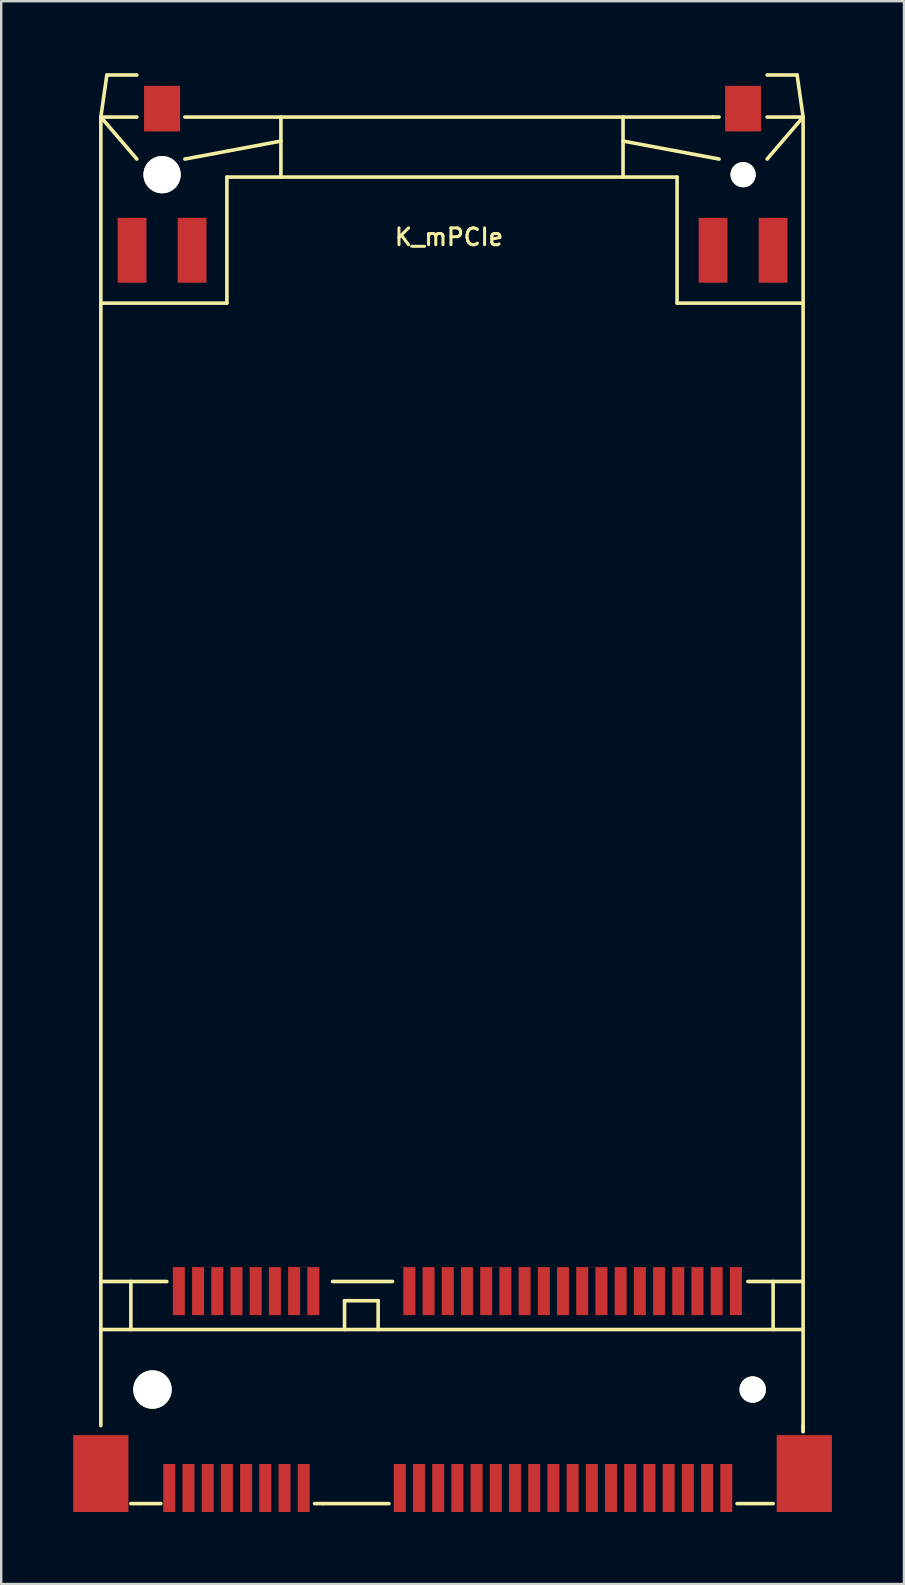
<source format=kicad_pcb>
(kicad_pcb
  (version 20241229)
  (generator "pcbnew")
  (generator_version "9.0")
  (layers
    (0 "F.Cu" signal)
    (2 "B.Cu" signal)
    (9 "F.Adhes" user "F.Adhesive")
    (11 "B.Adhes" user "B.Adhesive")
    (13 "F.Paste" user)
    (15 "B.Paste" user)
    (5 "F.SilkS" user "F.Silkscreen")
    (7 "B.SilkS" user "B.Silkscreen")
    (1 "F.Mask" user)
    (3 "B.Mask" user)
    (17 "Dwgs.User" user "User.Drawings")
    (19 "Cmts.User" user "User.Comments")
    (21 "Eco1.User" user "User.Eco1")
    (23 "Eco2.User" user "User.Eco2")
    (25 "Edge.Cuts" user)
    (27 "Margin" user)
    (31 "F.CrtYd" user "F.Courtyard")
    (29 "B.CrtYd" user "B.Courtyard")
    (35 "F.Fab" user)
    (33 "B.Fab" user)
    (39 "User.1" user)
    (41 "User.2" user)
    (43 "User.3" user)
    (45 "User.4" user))
  (footprint "K_mPCIe"
    (layer "F.Cu")
    (at 15.8 54.825)
    (property "Reference" "K_mPCIe" (at -0.15 -48 0) (layer "F.SilkS") (effects (font (size 0.7 0.7) (thickness 0.127))))
    (attr smd)
    (fp_line (start -14.65 -53) (end -13.15 -53) (stroke (width 0.15) (type solid)) (layer "F.SilkS"))
    (fp_line (start -14.65 -45.25) (end -9.4 -45.25) (stroke (width 0.15) (type solid)) (layer "F.SilkS"))
    (fp_line (start -14.65 -4.5) (end -11.9 -4.5) (stroke (width 0.15) (type solid)) (layer "F.SilkS"))
    (fp_line (start -14.65 -2.5) (end 14.6 -2.5) (stroke (width 0.15) (type solid)) (layer "F.SilkS"))
    (fp_line (start -14.65 1.5) (end -14.65 -53) (stroke (width 0.15) (type solid)) (layer "F.SilkS"))
    (fp_line (start -14.4 -54.75) (end -14.65 -53) (stroke (width 0.15) (type solid)) (layer "F.SilkS"))
    (fp_line (start -14.4 -54.75) (end -13.15 -54.75) (stroke (width 0.15) (type solid)) (layer "F.SilkS"))
    (fp_line (start -13.4 -4.5) (end -13.4 -2.5) (stroke (width 0.15) (type solid)) (layer "F.SilkS"))
    (fp_line (start -13.4 4.75) (end -12.15 4.75) (stroke (width 0.15) (type solid)) (layer "F.SilkS"))
    (fp_line (start -13.15 -51.25) (end -14.65 -53) (stroke (width 0.15) (type solid)) (layer "F.SilkS"))
    (fp_line (start -11.15 -53) (end 10.85 -53) (stroke (width 0.15) (type solid)) (layer "F.SilkS"))
    (fp_line (start -9.4 -50.5) (end 9.35 -50.5) (stroke (width 0.15) (type solid)) (layer "F.SilkS"))
    (fp_line (start -9.4 -45.25) (end -9.4 -50.5) (stroke (width 0.15) (type solid)) (layer "F.SilkS"))
    (fp_line (start -7.15 -52) (end -11.15 -51.25) (stroke (width 0.15) (type solid)) (layer "F.SilkS"))
    (fp_line (start -7.15 -50.5) (end -7.15 -53) (stroke (width 0.15) (type solid)) (layer "F.SilkS"))
    (fp_line (start -5.4 4.75) (end -5.75 4.75) (stroke (width 0.15) (type solid)) (layer "F.SilkS"))
    (fp_line (start -5.4 4.75) (end -2.65 4.75) (stroke (width 0.15) (type solid)) (layer "F.SilkS"))
    (fp_line (start -5 -4.5) (end -2.5 -4.5) (stroke (width 0.15) (type solid)) (layer "F.SilkS"))
    (fp_line (start -4.5 -3.7) (end -3.1 -3.7) (stroke (width 0.15) (type solid)) (layer "F.SilkS"))
    (fp_line (start -4.5 -2.5) (end -4.5 -3.7) (stroke (width 0.15) (type solid)) (layer "F.SilkS"))
    (fp_line (start -3.1 -3.7) (end -3.1 -2.5) (stroke (width 0.15) (type solid)) (layer "F.SilkS"))
    (fp_line (start 7.1 -52) (end 11.1 -51.25) (stroke (width 0.15) (type solid)) (layer "F.SilkS"))
    (fp_line (start 7.1 -50.5) (end 7.1 -53) (stroke (width 0.15) (type solid)) (layer "F.SilkS"))
    (fp_line (start 9.35 -50.5) (end 9.35 -45.25) (stroke (width 0.15) (type solid)) (layer "F.SilkS"))
    (fp_line (start 9.35 -45.25) (end 14.6 -45.25) (stroke (width 0.15) (type solid)) (layer "F.SilkS"))
    (fp_line (start 10.85 -53) (end 11.1 -53) (stroke (width 0.15) (type solid)) (layer "F.SilkS"))
    (fp_line (start 11.85 4.75) (end 13.35 4.75) (stroke (width 0.15) (type solid)) (layer "F.SilkS"))
    (fp_line (start 13.1 -51.25) (end 14.6 -53) (stroke (width 0.15) (type solid)) (layer "F.SilkS"))
    (fp_line (start 13.35 -4.5) (end 13.35 -2.5) (stroke (width 0.15) (type solid)) (layer "F.SilkS"))
    (fp_line (start 14.35 -54.75) (end 13.1 -54.75) (stroke (width 0.15) (type solid)) (layer "F.SilkS"))
    (fp_line (start 14.6 -53) (end 13.1 -53) (stroke (width 0.15) (type solid)) (layer "F.SilkS"))
    (fp_line (start 14.6 -53) (end 14.35 -54.75) (stroke (width 0.15) (type solid)) (layer "F.SilkS"))
    (fp_line (start 14.6 -4.5) (end 12.3 -4.5) (stroke (width 0.15) (type solid)) (layer "F.SilkS"))
    (fp_line (start 14.6 1.5) (end 14.6 1.75) (stroke (width 0.15) (type solid)) (layer "F.SilkS"))
    (fp_line (start 14.6 1.75) (end 14.6 -53) (stroke (width 0.15) (type solid)) (layer "F.SilkS"))
    (pad "" smd rect (at -14.65 3.5) (size 2.3 3.2) (layers "F.Cu" "F.Mask" "F.Paste"))
    (pad "" smd rect (at -13.35 -47.45) (size 1.2 2.7) (layers "F.Cu" "F.Mask" "F.Paste"))
    (pad "" np_thru_hole circle (at -12.5 0) (size 1.6 1.6) (drill 1.6) (layers "*.Cu" "*.Mask" "F.SilkS"))
    (pad "" smd rect (at -12.1 -53.35) (size 1.5 1.9) (layers "F.Cu" "F.Mask" "F.Paste"))
    (pad "" np_thru_hole circle (at -12.1 -50.6) (size 1.55 1.55) (drill 1.55) (layers "*.Cu" "*.Mask" "F.SilkS"))
    (pad "" smd rect (at -10.85 -47.45) (size 1.2 2.7) (layers "F.Cu" "F.Mask" "F.Paste"))
    (pad "" smd rect (at 10.85 -47.45) (size 1.2 2.7) (layers "F.Cu" "F.Mask" "F.Paste"))
    (pad "" smd rect (at 12.1 -53.35) (size 1.5 1.9) (layers "F.Cu" "F.Mask" "F.Paste"))
    (pad "" np_thru_hole circle (at 12.1 -50.6) (size 1.05 1.05) (drill 1.05) (layers "*.Cu" "*.Mask" "F.SilkS"))
    (pad "" np_thru_hole circle (at 12.5 0) (size 1.1 1.1) (drill 1.1) (layers "*.Cu" "*.Mask" "F.SilkS"))
    (pad "" smd rect (at 13.35 -47.45) (size 1.2 2.7) (layers "F.Cu" "F.Mask" "F.Paste"))
    (pad "" smd rect (at 14.65 3.5) (size 2.3 3.2) (layers "F.Cu" "F.Mask" "F.Paste"))
    (pad "1" smd rect (at -11.8 4.1) (size 0.5 2) (layers "F.Cu" "F.Mask" "F.Paste"))
    (pad "2" smd rect (at -11.4 -4.1) (size 0.5 2) (layers "F.Cu" "F.Mask" "F.Paste"))
    (pad "3" smd rect (at -11 4.1) (size 0.5 2) (layers "F.Cu" "F.Mask" "F.Paste"))
    (pad "4" smd rect (at -10.6 -4.1) (size 0.5 2) (layers "F.Cu" "F.Mask" "F.Paste"))
    (pad "5" smd rect (at -10.2 4.1) (size 0.5 2) (layers "F.Cu" "F.Mask" "F.Paste"))
    (pad "6" smd rect (at -9.8 -4.1) (size 0.5 2) (layers "F.Cu" "F.Mask" "F.Paste"))
    (pad "7" smd rect (at -9.4 4.1) (size 0.5 2) (layers "F.Cu" "F.Mask" "F.Paste"))
    (pad "8" smd rect (at -9 -4.1) (size 0.5 2) (layers "F.Cu" "F.Mask" "F.Paste"))
    (pad "9" smd rect (at -8.6 4.1) (size 0.5 2) (layers "F.Cu" "F.Mask" "F.Paste"))
    (pad "10" smd rect (at -8.2 -4.1) (size 0.5 2) (layers "F.Cu" "F.Mask" "F.Paste"))
    (pad "11" smd rect (at -7.8 4.1) (size 0.5 2) (layers "F.Cu" "F.Mask" "F.Paste"))
    (pad "12" smd rect (at -7.4 -4.1) (size 0.5 2) (layers "F.Cu" "F.Mask" "F.Paste"))
    (pad "13" smd rect (at -7 4.1) (size 0.5 2) (layers "F.Cu" "F.Mask" "F.Paste"))
    (pad "14" smd rect (at -6.6 -4.1) (size 0.5 2) (layers "F.Cu" "F.Mask" "F.Paste"))
    (pad "15" smd rect (at -6.2 4.1) (size 0.5 2) (layers "F.Cu" "F.Mask" "F.Paste"))
    (pad "16" smd rect (at -5.8 -4.1) (size 0.5 2) (layers "F.Cu" "F.Mask" "F.Paste"))
    (pad "17" smd rect (at -2.2 4.1) (size 0.5 2) (layers "F.Cu" "F.Mask" "F.Paste"))
    (pad "18" smd rect (at -1.8 -4.1) (size 0.5 2) (layers "F.Cu" "F.Mask" "F.Paste"))
    (pad "19" smd rect (at -1.4 4.1) (size 0.5 2) (layers "F.Cu" "F.Mask" "F.Paste"))
    (pad "20" smd rect (at -1 -4.1) (size 0.5 2) (layers "F.Cu" "F.Mask" "F.Paste"))
    (pad "21" smd rect (at -0.6 4.1) (size 0.5 2) (layers "F.Cu" "F.Mask" "F.Paste"))
    (pad "22" smd rect (at -0.2 -4.1) (size 0.5 2) (layers "F.Cu" "F.Mask" "F.Paste"))
    (pad "23" smd rect (at 0.2 4.1) (size 0.5 2) (layers "F.Cu" "F.Mask" "F.Paste"))
    (pad "24" smd rect (at 0.6 -4.1) (size 0.5 2) (layers "F.Cu" "F.Mask" "F.Paste"))
    (pad "25" smd rect (at 1 4.1) (size 0.5 2) (layers "F.Cu" "F.Mask" "F.Paste"))
    (pad "26" smd rect (at 1.4 -4.1) (size 0.5 2) (layers "F.Cu" "F.Mask" "F.Paste"))
    (pad "27" smd rect (at 1.8 4.1) (size 0.5 2) (layers "F.Cu" "F.Mask" "F.Paste"))
    (pad "28" smd rect (at 2.2 -4.1) (size 0.5 2) (layers "F.Cu" "F.Mask" "F.Paste"))
    (pad "29" smd rect (at 2.6 4.1) (size 0.5 2) (layers "F.Cu" "F.Mask" "F.Paste"))
    (pad "30" smd rect (at 3 -4.1) (size 0.5 2) (layers "F.Cu" "F.Mask" "F.Paste"))
    (pad "31" smd rect (at 3.4 4.1) (size 0.5 2) (layers "F.Cu" "F.Mask" "F.Paste"))
    (pad "32" smd rect (at 3.8 -4.1) (size 0.5 2) (layers "F.Cu" "F.Mask" "F.Paste"))
    (pad "33" smd rect (at 4.2 4.1) (size 0.5 2) (layers "F.Cu" "F.Mask" "F.Paste"))
    (pad "34" smd rect (at 4.6 -4.1) (size 0.5 2) (layers "F.Cu" "F.Mask" "F.Paste"))
    (pad "35" smd rect (at 5 4.1) (size 0.5 2) (layers "F.Cu" "F.Mask" "F.Paste"))
    (pad "36" smd rect (at 5.4 -4.1) (size 0.5 2) (layers "F.Cu" "F.Mask" "F.Paste"))
    (pad "37" smd rect (at 5.8 4.1) (size 0.5 2) (layers "F.Cu" "F.Mask" "F.Paste"))
    (pad "38" smd rect (at 6.2 -4.1) (size 0.5 2) (layers "F.Cu" "F.Mask" "F.Paste"))
    (pad "39" smd rect (at 6.6 4.1) (size 0.5 2) (layers "F.Cu" "F.Mask" "F.Paste"))
    (pad "40" smd rect (at 7 -4.1) (size 0.5 2) (layers "F.Cu" "F.Mask" "F.Paste"))
    (pad "41" smd rect (at 7.4 4.1) (size 0.5 2) (layers "F.Cu" "F.Mask" "F.Paste"))
    (pad "42" smd rect (at 7.8 -4.1) (size 0.5 2) (layers "F.Cu" "F.Mask" "F.Paste"))
    (pad "43" smd rect (at 8.2 4.1) (size 0.5 2) (layers "F.Cu" "F.Mask" "F.Paste"))
    (pad "44" smd rect (at 8.6 -4.1) (size 0.5 2) (layers "F.Cu" "F.Mask" "F.Paste"))
    (pad "45" smd rect (at 9 4.1) (size 0.5 2) (layers "F.Cu" "F.Mask" "F.Paste"))
    (pad "46" smd rect (at 9.4 -4.1) (size 0.5 2) (layers "F.Cu" "F.Mask" "F.Paste"))
    (pad "47" smd rect (at 9.8 4.1) (size 0.5 2) (layers "F.Cu" "F.Mask" "F.Paste"))
    (pad "48" smd rect (at 10.2 -4.1) (size 0.5 2) (layers "F.Cu" "F.Mask" "F.Paste"))
    (pad "49" smd rect (at 10.6 4.1) (size 0.5 2) (layers "F.Cu" "F.Mask" "F.Paste"))
    (pad "50" smd rect (at 11 -4.1) (size 0.5 2) (layers "F.Cu" "F.Mask" "F.Paste"))
    (pad "51" smd rect (at 11.4 4.1) (size 0.5 2) (layers "F.Cu" "F.Mask" "F.Paste"))
    (pad "52" smd rect (at 11.8 -4.1) (size 0.5 2) (layers "F.Cu" "F.Mask" "F.Paste")))
  (gr_rect
    (start -3 -3)
    (end 34.6 62.925)
    (stroke (width 0.1) (type default))
    (fill no)
    (layer "Edge.Cuts")))
</source>
